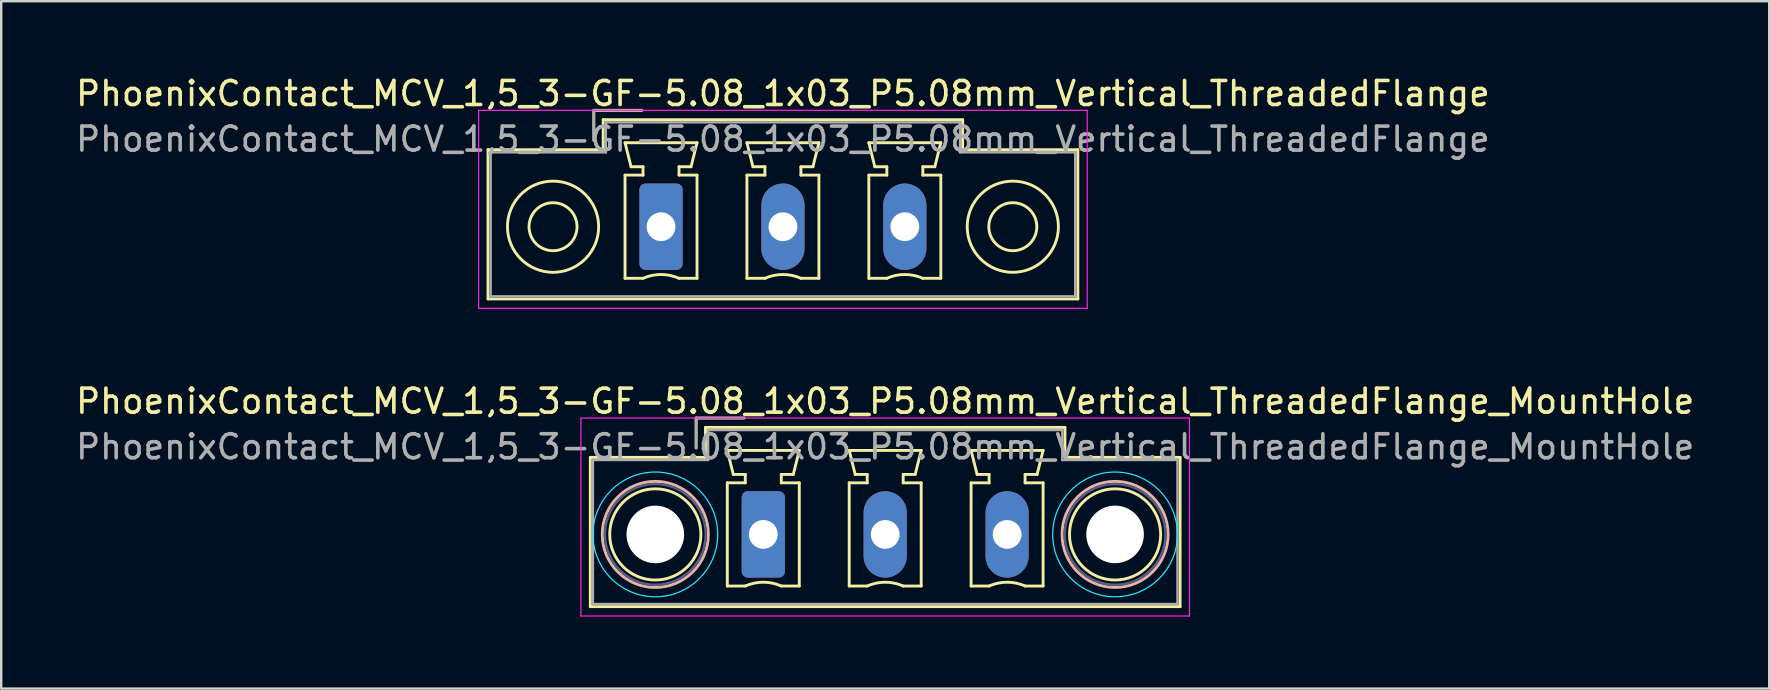
<source format=kicad_pcb>
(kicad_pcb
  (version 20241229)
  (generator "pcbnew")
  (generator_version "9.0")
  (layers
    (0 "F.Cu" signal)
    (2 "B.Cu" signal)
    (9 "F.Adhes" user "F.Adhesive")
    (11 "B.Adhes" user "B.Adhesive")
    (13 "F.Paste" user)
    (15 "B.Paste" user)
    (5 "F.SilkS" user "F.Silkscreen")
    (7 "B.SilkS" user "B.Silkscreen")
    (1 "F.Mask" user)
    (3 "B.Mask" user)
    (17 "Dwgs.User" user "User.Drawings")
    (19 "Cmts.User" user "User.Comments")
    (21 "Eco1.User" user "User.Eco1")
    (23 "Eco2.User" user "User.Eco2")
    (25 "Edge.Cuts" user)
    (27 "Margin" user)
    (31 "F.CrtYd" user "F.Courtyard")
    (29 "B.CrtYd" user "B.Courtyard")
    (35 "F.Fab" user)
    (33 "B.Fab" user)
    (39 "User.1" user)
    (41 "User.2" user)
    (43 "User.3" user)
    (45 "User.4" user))
  (footprint "PhoenixContact_MCV_1,5_3-GF-5.08_1x03_P5.08mm_Vertical_ThreadedFlange_MountHole"
    (layer "F.Cu")
    (at 28.759 19.221)
    (property "Reference" "PhoenixContact_MCV_1,5_3-GF-5.08_1x03_P5.08mm_Vertical_ThreadedFlange_MountHole" (at 5.08 -5.55 0) (layer "F.SilkS") (effects (font (size 1 1) (thickness 0.15))))
    (attr through_hole)
    (fp_line (start -7.21 -3.21) (end -7.21 3.01) (stroke (width 0.12) (type solid)) (layer "F.SilkS"))
    (fp_line (start -7.21 3.01) (end 17.37 3.01) (stroke (width 0.12) (type solid)) (layer "F.SilkS"))
    (fp_line (start -2.8 -4.85) (end -0.8 -4.85) (stroke (width 0.12) (type solid)) (layer "F.SilkS"))
    (fp_line (start -2.8 -3.6) (end -2.8 -4.85) (stroke (width 0.12) (type solid)) (layer "F.SilkS"))
    (fp_line (start -2.41 -4.46) (end -2.41 -3.21) (stroke (width 0.12) (type solid)) (layer "F.SilkS"))
    (fp_line (start -2.41 -3.21) (end -7.21 -3.21) (stroke (width 0.12) (type solid)) (layer "F.SilkS"))
    (fp_line (start -1.5 -3.5) (end 1.5 -3.5) (stroke (width 0.12) (type solid)) (layer "F.SilkS"))
    (fp_line (start -1.5 -2.15) (end -0.75 -2.15) (stroke (width 0.12) (type solid)) (layer "F.SilkS"))
    (fp_line (start -1.5 2.15) (end -1.5 -2.15) (stroke (width 0.12) (type solid)) (layer "F.SilkS"))
    (fp_line (start -1.25 -2.5) (end -1.5 -3.5) (stroke (width 0.12) (type solid)) (layer "F.SilkS"))
    (fp_line (start -0.75 -2.5) (end -1.25 -2.5) (stroke (width 0.12) (type solid)) (layer "F.SilkS"))
    (fp_line (start -0.75 -2.15) (end -0.75 -2.5) (stroke (width 0.12) (type solid)) (layer "F.SilkS"))
    (fp_line (start -0.75 2.15) (end -1.5 2.15) (stroke (width 0.12) (type solid)) (layer "F.SilkS"))
    (fp_line (start 0.75 -2.5) (end 0.75 -2.15) (stroke (width 0.12) (type solid)) (layer "F.SilkS"))
    (fp_line (start 0.75 -2.15) (end 1.5 -2.15) (stroke (width 0.12) (type solid)) (layer "F.SilkS"))
    (fp_line (start 1.25 -2.5) (end 0.75 -2.5) (stroke (width 0.12) (type solid)) (layer "F.SilkS"))
    (fp_line (start 1.5 -3.5) (end 1.25 -2.5) (stroke (width 0.12) (type solid)) (layer "F.SilkS"))
    (fp_line (start 1.5 -2.15) (end 1.5 2.15) (stroke (width 0.12) (type solid)) (layer "F.SilkS"))
    (fp_line (start 1.5 2.15) (end 0.75 2.15) (stroke (width 0.12) (type solid)) (layer "F.SilkS"))
    (fp_line (start 3.58 -3.5) (end 6.58 -3.5) (stroke (width 0.12) (type solid)) (layer "F.SilkS"))
    (fp_line (start 3.58 -2.15) (end 4.33 -2.15) (stroke (width 0.12) (type solid)) (layer "F.SilkS"))
    (fp_line (start 3.58 2.15) (end 3.58 -2.15) (stroke (width 0.12) (type solid)) (layer "F.SilkS"))
    (fp_line (start 3.83 -2.5) (end 3.58 -3.5) (stroke (width 0.12) (type solid)) (layer "F.SilkS"))
    (fp_line (start 4.33 -2.5) (end 3.83 -2.5) (stroke (width 0.12) (type solid)) (layer "F.SilkS"))
    (fp_line (start 4.33 -2.15) (end 4.33 -2.5) (stroke (width 0.12) (type solid)) (layer "F.SilkS"))
    (fp_line (start 4.33 2.15) (end 3.58 2.15) (stroke (width 0.12) (type solid)) (layer "F.SilkS"))
    (fp_line (start 5.83 -2.5) (end 5.83 -2.15) (stroke (width 0.12) (type solid)) (layer "F.SilkS"))
    (fp_line (start 5.83 -2.15) (end 6.58 -2.15) (stroke (width 0.12) (type solid)) (layer "F.SilkS"))
    (fp_line (start 6.33 -2.5) (end 5.83 -2.5) (stroke (width 0.12) (type solid)) (layer "F.SilkS"))
    (fp_line (start 6.58 -3.5) (end 6.33 -2.5) (stroke (width 0.12) (type solid)) (layer "F.SilkS"))
    (fp_line (start 6.58 -2.15) (end 6.58 2.15) (stroke (width 0.12) (type solid)) (layer "F.SilkS"))
    (fp_line (start 6.58 2.15) (end 5.83 2.15) (stroke (width 0.12) (type solid)) (layer "F.SilkS"))
    (fp_line (start 8.66 -3.5) (end 11.66 -3.5) (stroke (width 0.12) (type solid)) (layer "F.SilkS"))
    (fp_line (start 8.66 -2.15) (end 9.41 -2.15) (stroke (width 0.12) (type solid)) (layer "F.SilkS"))
    (fp_line (start 8.66 2.15) (end 8.66 -2.15) (stroke (width 0.12) (type solid)) (layer "F.SilkS"))
    (fp_line (start 8.91 -2.5) (end 8.66 -3.5) (stroke (width 0.12) (type solid)) (layer "F.SilkS"))
    (fp_line (start 9.41 -2.5) (end 8.91 -2.5) (stroke (width 0.12) (type solid)) (layer "F.SilkS"))
    (fp_line (start 9.41 -2.15) (end 9.41 -2.5) (stroke (width 0.12) (type solid)) (layer "F.SilkS"))
    (fp_line (start 9.41 2.15) (end 8.66 2.15) (stroke (width 0.12) (type solid)) (layer "F.SilkS"))
    (fp_line (start 10.91 -2.5) (end 10.91 -2.15) (stroke (width 0.12) (type solid)) (layer "F.SilkS"))
    (fp_line (start 10.91 -2.15) (end 11.66 -2.15) (stroke (width 0.12) (type solid)) (layer "F.SilkS"))
    (fp_line (start 11.41 -2.5) (end 10.91 -2.5) (stroke (width 0.12) (type solid)) (layer "F.SilkS"))
    (fp_line (start 11.66 -3.5) (end 11.41 -2.5) (stroke (width 0.12) (type solid)) (layer "F.SilkS"))
    (fp_line (start 11.66 -2.15) (end 11.66 2.15) (stroke (width 0.12) (type solid)) (layer "F.SilkS"))
    (fp_line (start 11.66 2.15) (end 10.91 2.15) (stroke (width 0.12) (type solid)) (layer "F.SilkS"))
    (fp_line (start 12.57 -4.46) (end -2.41 -4.46) (stroke (width 0.12) (type solid)) (layer "F.SilkS"))
    (fp_line (start 12.57 -3.21) (end 12.57 -4.46) (stroke (width 0.12) (type solid)) (layer "F.SilkS"))
    (fp_line (start 17.37 -3.21) (end 12.57 -3.21) (stroke (width 0.12) (type solid)) (layer "F.SilkS"))
    (fp_line (start 17.37 3.01) (end 17.37 -3.21) (stroke (width 0.12) (type solid)) (layer "F.SilkS"))
    (fp_arc (start -0.75 2.15) (mid -0.000193 1.99191) (end 0.749647 2.149844) (stroke (width 0.12) (type solid)) (layer "F.SilkS"))
    (fp_arc (start 4.33 2.15) (mid 5.079807 1.99191) (end 5.829647 2.149844) (stroke (width 0.12) (type solid)) (layer "F.SilkS"))
    (fp_arc (start 9.41 2.15) (mid 10.159807 1.99191) (end 10.909647 2.149844) (stroke (width 0.12) (type solid)) (layer "F.SilkS"))
    (fp_circle (center -4.5 0) (end -2.6 0) (stroke (width 0.12) (type solid)) (fill no) (layer "F.SilkS"))
    (fp_circle (center 14.66 0) (end 16.56 0) (stroke (width 0.12) (type solid)) (fill no) (layer "F.SilkS"))
    (fp_circle (center -4.5 0) (end -2.29 0) (stroke (width 0.12) (type solid)) (fill no) (layer "B.SilkS"))
    (fp_circle (center 14.66 0) (end 16.87 0) (stroke (width 0.12) (type solid)) (fill no) (layer "B.SilkS"))
    (fp_circle (center -4.5 0) (end -1.9 0) (stroke (width 0.05) (type solid)) (fill no) (layer "B.CrtYd"))
    (fp_circle (center 14.66 0) (end 17.26 0) (stroke (width 0.05) (type solid)) (fill no) (layer "B.CrtYd"))
    (fp_line (start -7.6 -4.85) (end -7.6 3.4) (stroke (width 0.05) (type solid)) (layer "F.CrtYd"))
    (fp_line (start -7.6 3.4) (end 17.76 3.4) (stroke (width 0.05) (type solid)) (layer "F.CrtYd"))
    (fp_line (start 17.76 -4.85) (end -7.6 -4.85) (stroke (width 0.05) (type solid)) (layer "F.CrtYd"))
    (fp_line (start 17.76 3.4) (end 17.76 -4.85) (stroke (width 0.05) (type solid)) (layer "F.CrtYd"))
    (fp_circle (center -4.5 0) (end -2.4 0) (stroke (width 0.1) (type solid)) (fill no) (layer "B.Fab"))
    (fp_circle (center 14.66 0) (end 16.76 0) (stroke (width 0.1) (type solid)) (fill no) (layer "B.Fab"))
    (fp_line (start -7.1 -3.1) (end -7.1 2.9) (stroke (width 0.1) (type solid)) (layer "F.Fab"))
    (fp_line (start -7.1 2.9) (end 17.26 2.9) (stroke (width 0.1) (type solid)) (layer "F.Fab"))
    (fp_line (start -2.8 -4.85) (end -0.8 -4.85) (stroke (width 0.1) (type solid)) (layer "F.Fab"))
    (fp_line (start -2.8 -3.6) (end -2.8 -4.85) (stroke (width 0.1) (type solid)) (layer "F.Fab"))
    (fp_line (start -2.3 -4.35) (end -2.3 -3.1) (stroke (width 0.1) (type solid)) (layer "F.Fab"))
    (fp_line (start -2.3 -3.1) (end -7.1 -3.1) (stroke (width 0.1) (type solid)) (layer "F.Fab"))
    (fp_line (start 12.46 -4.35) (end -2.3 -4.35) (stroke (width 0.1) (type solid)) (layer "F.Fab"))
    (fp_line (start 12.46 -3.1) (end 12.46 -4.35) (stroke (width 0.1) (type solid)) (layer "F.Fab"))
    (fp_line (start 17.26 -3.1) (end 12.46 -3.1) (stroke (width 0.1) (type solid)) (layer "F.Fab"))
    (fp_line (start 17.26 2.9) (end 17.26 -3.1) (stroke (width 0.1) (type solid)) (layer "F.Fab"))
    (fp_text user "${REFERENCE}" (at 5.08 -3.65 0) (layer "F.Fab") (effects (font (size 1 1) (thickness 0.15))))
    (pad "" np_thru_hole circle (at -4.5 0) (size 2.4 2.4) (drill 2.4) (layers "*.Cu" "*.Mask"))
    (pad "" np_thru_hole circle (at 14.66 0) (size 2.4 2.4) (drill 2.4) (layers "*.Cu" "*.Mask"))
    (pad "1" thru_hole roundrect (at 0 0) (size 1.8 3.6) (drill 1.2) (layers "*.Cu" "*.Mask") (roundrect_rratio 0.139))
    (pad "2" thru_hole oval (at 5.08 0) (size 1.8 3.6) (drill 1.2) (layers "*.Cu" "*.Mask"))
    (pad "3" thru_hole oval (at 10.16 0) (size 1.8 3.6) (drill 1.2) (layers "*.Cu" "*.Mask")))
  (footprint "PhoenixContact_MCV_1,5_3-GF-5.08_1x03_P5.08mm_Vertical_ThreadedFlange"
    (layer "F.Cu")
    (at 24.497 6.398)
    (property "Reference" "PhoenixContact_MCV_1,5_3-GF-5.08_1x03_P5.08mm_Vertical_ThreadedFlange" (at 5.08 -5.55 0) (layer "F.SilkS") (effects (font (size 1 1) (thickness 0.15))))
    (attr through_hole)
    (fp_line (start -7.21 -3.21) (end -7.21 3.01) (stroke (width 0.12) (type solid)) (layer "F.SilkS"))
    (fp_line (start -7.21 3.01) (end 17.37 3.01) (stroke (width 0.12) (type solid)) (layer "F.SilkS"))
    (fp_line (start -2.8 -4.85) (end -0.8 -4.85) (stroke (width 0.12) (type solid)) (layer "F.SilkS"))
    (fp_line (start -2.8 -3.6) (end -2.8 -4.85) (stroke (width 0.12) (type solid)) (layer "F.SilkS"))
    (fp_line (start -2.41 -4.46) (end -2.41 -3.21) (stroke (width 0.12) (type solid)) (layer "F.SilkS"))
    (fp_line (start -2.41 -3.21) (end -7.21 -3.21) (stroke (width 0.12) (type solid)) (layer "F.SilkS"))
    (fp_line (start -1.5 -3.5) (end 1.5 -3.5) (stroke (width 0.12) (type solid)) (layer "F.SilkS"))
    (fp_line (start -1.5 -2.15) (end -0.75 -2.15) (stroke (width 0.12) (type solid)) (layer "F.SilkS"))
    (fp_line (start -1.5 2.15) (end -1.5 -2.15) (stroke (width 0.12) (type solid)) (layer "F.SilkS"))
    (fp_line (start -1.25 -2.5) (end -1.5 -3.5) (stroke (width 0.12) (type solid)) (layer "F.SilkS"))
    (fp_line (start -0.75 -2.5) (end -1.25 -2.5) (stroke (width 0.12) (type solid)) (layer "F.SilkS"))
    (fp_line (start -0.75 -2.15) (end -0.75 -2.5) (stroke (width 0.12) (type solid)) (layer "F.SilkS"))
    (fp_line (start -0.75 2.15) (end -1.5 2.15) (stroke (width 0.12) (type solid)) (layer "F.SilkS"))
    (fp_line (start 0.75 -2.5) (end 0.75 -2.15) (stroke (width 0.12) (type solid)) (layer "F.SilkS"))
    (fp_line (start 0.75 -2.15) (end 1.5 -2.15) (stroke (width 0.12) (type solid)) (layer "F.SilkS"))
    (fp_line (start 1.25 -2.5) (end 0.75 -2.5) (stroke (width 0.12) (type solid)) (layer "F.SilkS"))
    (fp_line (start 1.5 -3.5) (end 1.25 -2.5) (stroke (width 0.12) (type solid)) (layer "F.SilkS"))
    (fp_line (start 1.5 -2.15) (end 1.5 2.15) (stroke (width 0.12) (type solid)) (layer "F.SilkS"))
    (fp_line (start 1.5 2.15) (end 0.75 2.15) (stroke (width 0.12) (type solid)) (layer "F.SilkS"))
    (fp_line (start 3.58 -3.5) (end 6.58 -3.5) (stroke (width 0.12) (type solid)) (layer "F.SilkS"))
    (fp_line (start 3.58 -2.15) (end 4.33 -2.15) (stroke (width 0.12) (type solid)) (layer "F.SilkS"))
    (fp_line (start 3.58 2.15) (end 3.58 -2.15) (stroke (width 0.12) (type solid)) (layer "F.SilkS"))
    (fp_line (start 3.83 -2.5) (end 3.58 -3.5) (stroke (width 0.12) (type solid)) (layer "F.SilkS"))
    (fp_line (start 4.33 -2.5) (end 3.83 -2.5) (stroke (width 0.12) (type solid)) (layer "F.SilkS"))
    (fp_line (start 4.33 -2.15) (end 4.33 -2.5) (stroke (width 0.12) (type solid)) (layer "F.SilkS"))
    (fp_line (start 4.33 2.15) (end 3.58 2.15) (stroke (width 0.12) (type solid)) (layer "F.SilkS"))
    (fp_line (start 5.83 -2.5) (end 5.83 -2.15) (stroke (width 0.12) (type solid)) (layer "F.SilkS"))
    (fp_line (start 5.83 -2.15) (end 6.58 -2.15) (stroke (width 0.12) (type solid)) (layer "F.SilkS"))
    (fp_line (start 6.33 -2.5) (end 5.83 -2.5) (stroke (width 0.12) (type solid)) (layer "F.SilkS"))
    (fp_line (start 6.58 -3.5) (end 6.33 -2.5) (stroke (width 0.12) (type solid)) (layer "F.SilkS"))
    (fp_line (start 6.58 -2.15) (end 6.58 2.15) (stroke (width 0.12) (type solid)) (layer "F.SilkS"))
    (fp_line (start 6.58 2.15) (end 5.83 2.15) (stroke (width 0.12) (type solid)) (layer "F.SilkS"))
    (fp_line (start 8.66 -3.5) (end 11.66 -3.5) (stroke (width 0.12) (type solid)) (layer "F.SilkS"))
    (fp_line (start 8.66 -2.15) (end 9.41 -2.15) (stroke (width 0.12) (type solid)) (layer "F.SilkS"))
    (fp_line (start 8.66 2.15) (end 8.66 -2.15) (stroke (width 0.12) (type solid)) (layer "F.SilkS"))
    (fp_line (start 8.91 -2.5) (end 8.66 -3.5) (stroke (width 0.12) (type solid)) (layer "F.SilkS"))
    (fp_line (start 9.41 -2.5) (end 8.91 -2.5) (stroke (width 0.12) (type solid)) (layer "F.SilkS"))
    (fp_line (start 9.41 -2.15) (end 9.41 -2.5) (stroke (width 0.12) (type solid)) (layer "F.SilkS"))
    (fp_line (start 9.41 2.15) (end 8.66 2.15) (stroke (width 0.12) (type solid)) (layer "F.SilkS"))
    (fp_line (start 10.91 -2.5) (end 10.91 -2.15) (stroke (width 0.12) (type solid)) (layer "F.SilkS"))
    (fp_line (start 10.91 -2.15) (end 11.66 -2.15) (stroke (width 0.12) (type solid)) (layer "F.SilkS"))
    (fp_line (start 11.41 -2.5) (end 10.91 -2.5) (stroke (width 0.12) (type solid)) (layer "F.SilkS"))
    (fp_line (start 11.66 -3.5) (end 11.41 -2.5) (stroke (width 0.12) (type solid)) (layer "F.SilkS"))
    (fp_line (start 11.66 -2.15) (end 11.66 2.15) (stroke (width 0.12) (type solid)) (layer "F.SilkS"))
    (fp_line (start 11.66 2.15) (end 10.91 2.15) (stroke (width 0.12) (type solid)) (layer "F.SilkS"))
    (fp_line (start 12.57 -4.46) (end -2.41 -4.46) (stroke (width 0.12) (type solid)) (layer "F.SilkS"))
    (fp_line (start 12.57 -3.21) (end 12.57 -4.46) (stroke (width 0.12) (type solid)) (layer "F.SilkS"))
    (fp_line (start 17.37 -3.21) (end 12.57 -3.21) (stroke (width 0.12) (type solid)) (layer "F.SilkS"))
    (fp_line (start 17.37 3.01) (end 17.37 -3.21) (stroke (width 0.12) (type solid)) (layer "F.SilkS"))
    (fp_arc (start -0.75 2.15) (mid -0.000193 1.99191) (end 0.749647 2.149844) (stroke (width 0.12) (type solid)) (layer "F.SilkS"))
    (fp_arc (start 4.33 2.15) (mid 5.079807 1.99191) (end 5.829647 2.149844) (stroke (width 0.12) (type solid)) (layer "F.SilkS"))
    (fp_arc (start 9.41 2.15) (mid 10.159807 1.99191) (end 10.909647 2.149844) (stroke (width 0.12) (type solid)) (layer "F.SilkS"))
    (fp_circle (center -4.5 0) (end -3.5 0) (stroke (width 0.12) (type solid)) (fill no) (layer "F.SilkS"))
    (fp_circle (center -4.5 0) (end -2.6 0) (stroke (width 0.12) (type solid)) (fill no) (layer "F.SilkS"))
    (fp_circle (center 14.66 0) (end 15.66 0) (stroke (width 0.12) (type solid)) (fill no) (layer "F.SilkS"))
    (fp_circle (center 14.66 0) (end 16.56 0) (stroke (width 0.12) (type solid)) (fill no) (layer "F.SilkS"))
    (fp_line (start -7.6 -4.85) (end -7.6 3.4) (stroke (width 0.05) (type solid)) (layer "F.CrtYd"))
    (fp_line (start -7.6 3.4) (end 17.76 3.4) (stroke (width 0.05) (type solid)) (layer "F.CrtYd"))
    (fp_line (start 17.76 -4.85) (end -7.6 -4.85) (stroke (width 0.05) (type solid)) (layer "F.CrtYd"))
    (fp_line (start 17.76 3.4) (end 17.76 -4.85) (stroke (width 0.05) (type solid)) (layer "F.CrtYd"))
    (fp_line (start -7.1 -3.1) (end -7.1 2.9) (stroke (width 0.1) (type solid)) (layer "F.Fab"))
    (fp_line (start -7.1 2.9) (end 17.26 2.9) (stroke (width 0.1) (type solid)) (layer "F.Fab"))
    (fp_line (start -2.8 -4.85) (end -0.8 -4.85) (stroke (width 0.1) (type solid)) (layer "F.Fab"))
    (fp_line (start -2.8 -3.6) (end -2.8 -4.85) (stroke (width 0.1) (type solid)) (layer "F.Fab"))
    (fp_line (start -2.3 -4.35) (end -2.3 -3.1) (stroke (width 0.1) (type solid)) (layer "F.Fab"))
    (fp_line (start -2.3 -3.1) (end -7.1 -3.1) (stroke (width 0.1) (type solid)) (layer "F.Fab"))
    (fp_line (start 12.46 -4.35) (end -2.3 -4.35) (stroke (width 0.1) (type solid)) (layer "F.Fab"))
    (fp_line (start 12.46 -3.1) (end 12.46 -4.35) (stroke (width 0.1) (type solid)) (layer "F.Fab"))
    (fp_line (start 17.26 -3.1) (end 12.46 -3.1) (stroke (width 0.1) (type solid)) (layer "F.Fab"))
    (fp_line (start 17.26 2.9) (end 17.26 -3.1) (stroke (width 0.1) (type solid)) (layer "F.Fab"))
    (fp_text user "${REFERENCE}" (at 5.08 -3.65 0) (layer "F.Fab") (effects (font (size 1 1) (thickness 0.15))))
    (pad "1" thru_hole roundrect (at 0 0) (size 1.8 3.6) (drill 1.2) (layers "*.Cu" "*.Mask") (roundrect_rratio 0.139))
    (pad "2" thru_hole oval (at 5.08 0) (size 1.8 3.6) (drill 1.2) (layers "*.Cu" "*.Mask"))
    (pad "3" thru_hole oval (at 10.16 0) (size 1.8 3.6) (drill 1.2) (layers "*.Cu" "*.Mask")))
  (gr_rect
    (start -3 -3)
    (end 70.679 25.646)
    (stroke (width 0.1) (type default))
    (fill no)
    (layer "Edge.Cuts")))
</source>
